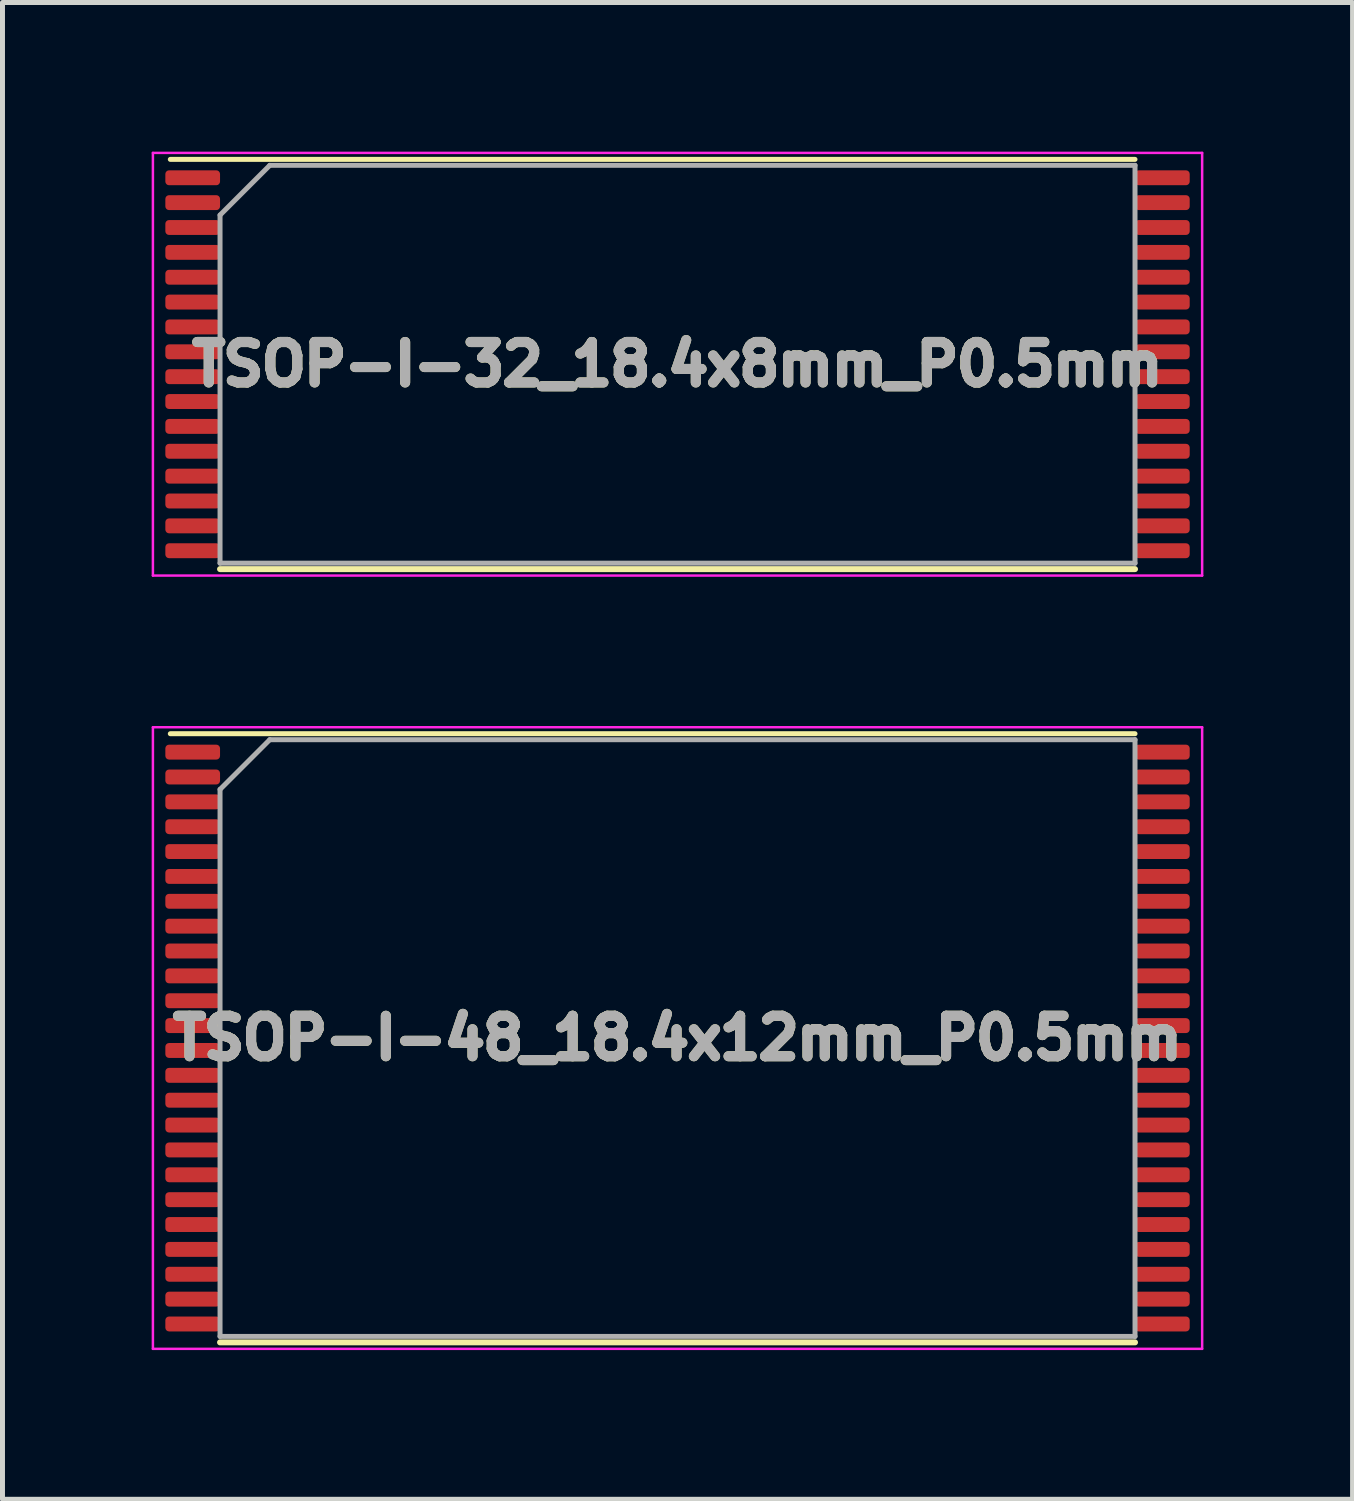
<source format=kicad_pcb>
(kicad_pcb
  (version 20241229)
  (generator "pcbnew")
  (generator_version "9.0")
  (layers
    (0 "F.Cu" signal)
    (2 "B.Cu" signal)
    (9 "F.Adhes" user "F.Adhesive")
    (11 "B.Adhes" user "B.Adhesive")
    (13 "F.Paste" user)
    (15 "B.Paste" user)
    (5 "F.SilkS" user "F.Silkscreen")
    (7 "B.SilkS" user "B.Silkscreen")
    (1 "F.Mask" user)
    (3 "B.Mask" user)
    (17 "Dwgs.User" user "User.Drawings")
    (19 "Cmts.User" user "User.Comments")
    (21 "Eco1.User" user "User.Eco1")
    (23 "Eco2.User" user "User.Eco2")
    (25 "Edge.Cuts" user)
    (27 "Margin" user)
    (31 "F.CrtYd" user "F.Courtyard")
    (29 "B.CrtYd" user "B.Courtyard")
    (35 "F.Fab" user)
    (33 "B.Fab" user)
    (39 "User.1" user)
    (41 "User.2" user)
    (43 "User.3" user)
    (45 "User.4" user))
  (footprint "TSOP-I-32_18.4x8mm_P0.5mm"
    (layer "F.Cu")
    (at 10.575 4.275)
    (property "Reference" "TSOP-I-32_18.4x8mm_P0.5mm" (at 0 0 0) (layer "F.Fab") (effects (font (size 0.813 0.813) (thickness 0.203))))
    (attr smd)
    (fp_line (start -9.2 4.12) (end 9.2 4.12) (stroke (width 0.12) (type solid)) (layer "F.SilkS"))
    (fp_line (start 9.2 -4.12) (end -10.2 -4.12) (stroke (width 0.1) (type solid)) (layer "F.SilkS"))
    (fp_line (start -10.55 -4.25) (end 10.55 -4.25) (stroke (width 0.05) (type solid)) (layer "F.CrtYd"))
    (fp_line (start -10.55 4.25) (end -10.55 -4.25) (stroke (width 0.05) (type solid)) (layer "F.CrtYd"))
    (fp_line (start 10.55 -4.25) (end 10.55 4.25) (stroke (width 0.05) (type solid)) (layer "F.CrtYd"))
    (fp_line (start 10.55 4.25) (end -10.55 4.25) (stroke (width 0.05) (type solid)) (layer "F.CrtYd"))
    (fp_line (start -9.2 4) (end -9.2 -3) (stroke (width 0.1) (type solid)) (layer "F.Fab"))
    (fp_line (start -8.2 -4) (end -9.2 -3) (stroke (width 0.1) (type solid)) (layer "F.Fab"))
    (fp_line (start -8.2 -4) (end 9.2 -4) (stroke (width 0.1) (type solid)) (layer "F.Fab"))
    (fp_line (start 9.2 -4) (end 9.2 4) (stroke (width 0.1) (type solid)) (layer "F.Fab"))
    (fp_line (start 9.2 4) (end -9.2 4) (stroke (width 0.1) (type solid)) (layer "F.Fab"))
    (fp_text user "${REFERENCE}" (at 0 0 0) (layer "F.SilkS") (effects (font (size 0.813 0.813) (thickness 0.203))))
    (pad "1" smd roundrect (at -9.75 -3.75) (size 1.1 0.3) (layers "F.Cu" "F.Mask" "F.Paste") (roundrect_rratio 0.25))
    (pad "2" smd roundrect (at -9.75 -3.25) (size 1.1 0.3) (layers "F.Cu" "F.Mask" "F.Paste") (roundrect_rratio 0.25))
    (pad "3" smd roundrect (at -9.75 -2.75) (size 1.1 0.3) (layers "F.Cu" "F.Mask" "F.Paste") (roundrect_rratio 0.25))
    (pad "4" smd roundrect (at -9.75 -2.25) (size 1.1 0.3) (layers "F.Cu" "F.Mask" "F.Paste") (roundrect_rratio 0.25))
    (pad "5" smd roundrect (at -9.75 -1.75) (size 1.1 0.3) (layers "F.Cu" "F.Mask" "F.Paste") (roundrect_rratio 0.25))
    (pad "6" smd roundrect (at -9.75 -1.25) (size 1.1 0.3) (layers "F.Cu" "F.Mask" "F.Paste") (roundrect_rratio 0.25))
    (pad "7" smd roundrect (at -9.75 -0.75) (size 1.1 0.3) (layers "F.Cu" "F.Mask" "F.Paste") (roundrect_rratio 0.25))
    (pad "8" smd roundrect (at -9.75 -0.25) (size 1.1 0.3) (layers "F.Cu" "F.Mask" "F.Paste") (roundrect_rratio 0.25))
    (pad "9" smd roundrect (at -9.75 0.25) (size 1.1 0.3) (layers "F.Cu" "F.Mask" "F.Paste") (roundrect_rratio 0.25))
    (pad "10" smd roundrect (at -9.75 0.75) (size 1.1 0.3) (layers "F.Cu" "F.Mask" "F.Paste") (roundrect_rratio 0.25))
    (pad "11" smd roundrect (at -9.75 1.25) (size 1.1 0.3) (layers "F.Cu" "F.Mask" "F.Paste") (roundrect_rratio 0.25))
    (pad "12" smd roundrect (at -9.75 1.75) (size 1.1 0.3) (layers "F.Cu" "F.Mask" "F.Paste") (roundrect_rratio 0.25))
    (pad "13" smd roundrect (at -9.75 2.25) (size 1.1 0.3) (layers "F.Cu" "F.Mask" "F.Paste") (roundrect_rratio 0.25))
    (pad "14" smd roundrect (at -9.75 2.75) (size 1.1 0.3) (layers "F.Cu" "F.Mask" "F.Paste") (roundrect_rratio 0.25))
    (pad "15" smd roundrect (at -9.75 3.25) (size 1.1 0.3) (layers "F.Cu" "F.Mask" "F.Paste") (roundrect_rratio 0.25))
    (pad "16" smd roundrect (at -9.75 3.75) (size 1.1 0.3) (layers "F.Cu" "F.Mask" "F.Paste") (roundrect_rratio 0.25))
    (pad "17" smd roundrect (at 9.75 3.75) (size 1.1 0.3) (layers "F.Cu" "F.Mask" "F.Paste") (roundrect_rratio 0.25))
    (pad "18" smd roundrect (at 9.75 3.25) (size 1.1 0.3) (layers "F.Cu" "F.Mask" "F.Paste") (roundrect_rratio 0.25))
    (pad "19" smd roundrect (at 9.75 2.75) (size 1.1 0.3) (layers "F.Cu" "F.Mask" "F.Paste") (roundrect_rratio 0.25))
    (pad "20" smd roundrect (at 9.75 2.25) (size 1.1 0.3) (layers "F.Cu" "F.Mask" "F.Paste") (roundrect_rratio 0.25))
    (pad "21" smd roundrect (at 9.75 1.75) (size 1.1 0.3) (layers "F.Cu" "F.Mask" "F.Paste") (roundrect_rratio 0.25))
    (pad "22" smd roundrect (at 9.75 1.25) (size 1.1 0.3) (layers "F.Cu" "F.Mask" "F.Paste") (roundrect_rratio 0.25))
    (pad "23" smd roundrect (at 9.75 0.75) (size 1.1 0.3) (layers "F.Cu" "F.Mask" "F.Paste") (roundrect_rratio 0.25))
    (pad "24" smd roundrect (at 9.75 0.25) (size 1.1 0.3) (layers "F.Cu" "F.Mask" "F.Paste") (roundrect_rratio 0.25))
    (pad "25" smd roundrect (at 9.75 -0.25) (size 1.1 0.3) (layers "F.Cu" "F.Mask" "F.Paste") (roundrect_rratio 0.25))
    (pad "26" smd roundrect (at 9.75 -0.75) (size 1.1 0.3) (layers "F.Cu" "F.Mask" "F.Paste") (roundrect_rratio 0.25))
    (pad "27" smd roundrect (at 9.75 -1.25) (size 1.1 0.3) (layers "F.Cu" "F.Mask" "F.Paste") (roundrect_rratio 0.25))
    (pad "28" smd roundrect (at 9.75 -1.75) (size 1.1 0.3) (layers "F.Cu" "F.Mask" "F.Paste") (roundrect_rratio 0.25))
    (pad "29" smd roundrect (at 9.75 -2.25) (size 1.1 0.3) (layers "F.Cu" "F.Mask" "F.Paste") (roundrect_rratio 0.25))
    (pad "30" smd roundrect (at 9.75 -2.75) (size 1.1 0.3) (layers "F.Cu" "F.Mask" "F.Paste") (roundrect_rratio 0.25))
    (pad "31" smd roundrect (at 9.75 -3.25) (size 1.1 0.3) (layers "F.Cu" "F.Mask" "F.Paste") (roundrect_rratio 0.25))
    (pad "32" smd roundrect (at 9.75 -3.75) (size 1.1 0.3) (layers "F.Cu" "F.Mask" "F.Paste") (roundrect_rratio 0.25)))
  (footprint "TSOP-I-48_18.4x12mm_P0.5mm"
    (layer "F.Cu")
    (at 10.575 17.825)
    (property "Reference" "TSOP-I-48_18.4x12mm_P0.5mm" (at 0 0 0) (layer "F.Fab") (effects (font (size 0.813 0.813) (thickness 0.203))))
    (attr smd)
    (fp_line (start -9.2 6.12) (end 9.2 6.12) (stroke (width 0.12) (type solid)) (layer "F.SilkS"))
    (fp_line (start 9.2 -6.12) (end -10.2 -6.12) (stroke (width 0.1) (type solid)) (layer "F.SilkS"))
    (fp_line (start -10.55 -6.25) (end 10.55 -6.25) (stroke (width 0.05) (type solid)) (layer "F.CrtYd"))
    (fp_line (start -10.55 6.25) (end -10.55 -6.25) (stroke (width 0.05) (type solid)) (layer "F.CrtYd"))
    (fp_line (start 10.55 -6.25) (end 10.55 6.25) (stroke (width 0.05) (type solid)) (layer "F.CrtYd"))
    (fp_line (start 10.55 6.25) (end -10.55 6.25) (stroke (width 0.05) (type solid)) (layer "F.CrtYd"))
    (fp_line (start -9.2 6) (end -9.2 -5) (stroke (width 0.1) (type solid)) (layer "F.Fab"))
    (fp_line (start -8.2 -6) (end -9.2 -5) (stroke (width 0.1) (type solid)) (layer "F.Fab"))
    (fp_line (start -8.2 -6) (end 9.2 -6) (stroke (width 0.1) (type solid)) (layer "F.Fab"))
    (fp_line (start 9.2 -6) (end 9.2 6) (stroke (width 0.1) (type solid)) (layer "F.Fab"))
    (fp_line (start 9.2 6) (end -9.2 6) (stroke (width 0.1) (type solid)) (layer "F.Fab"))
    (fp_text user "${REFERENCE}" (at 0 0 0) (layer "F.SilkS") (effects (font (size 0.813 0.813) (thickness 0.203))))
    (pad "1" smd roundrect (at -9.75 -5.75) (size 1.1 0.3) (layers "F.Cu" "F.Mask" "F.Paste") (roundrect_rratio 0.25))
    (pad "2" smd roundrect (at -9.75 -5.25) (size 1.1 0.3) (layers "F.Cu" "F.Mask" "F.Paste") (roundrect_rratio 0.25))
    (pad "3" smd roundrect (at -9.75 -4.75) (size 1.1 0.3) (layers "F.Cu" "F.Mask" "F.Paste") (roundrect_rratio 0.25))
    (pad "4" smd roundrect (at -9.75 -4.25) (size 1.1 0.3) (layers "F.Cu" "F.Mask" "F.Paste") (roundrect_rratio 0.25))
    (pad "5" smd roundrect (at -9.75 -3.75) (size 1.1 0.3) (layers "F.Cu" "F.Mask" "F.Paste") (roundrect_rratio 0.25))
    (pad "6" smd roundrect (at -9.75 -3.25) (size 1.1 0.3) (layers "F.Cu" "F.Mask" "F.Paste") (roundrect_rratio 0.25))
    (pad "7" smd roundrect (at -9.75 -2.75) (size 1.1 0.3) (layers "F.Cu" "F.Mask" "F.Paste") (roundrect_rratio 0.25))
    (pad "8" smd roundrect (at -9.75 -2.25) (size 1.1 0.3) (layers "F.Cu" "F.Mask" "F.Paste") (roundrect_rratio 0.25))
    (pad "9" smd roundrect (at -9.75 -1.75) (size 1.1 0.3) (layers "F.Cu" "F.Mask" "F.Paste") (roundrect_rratio 0.25))
    (pad "10" smd roundrect (at -9.75 -1.25) (size 1.1 0.3) (layers "F.Cu" "F.Mask" "F.Paste") (roundrect_rratio 0.25))
    (pad "11" smd roundrect (at -9.75 -0.75) (size 1.1 0.3) (layers "F.Cu" "F.Mask" "F.Paste") (roundrect_rratio 0.25))
    (pad "12" smd roundrect (at -9.75 -0.25) (size 1.1 0.3) (layers "F.Cu" "F.Mask" "F.Paste") (roundrect_rratio 0.25))
    (pad "13" smd roundrect (at -9.75 0.25) (size 1.1 0.3) (layers "F.Cu" "F.Mask" "F.Paste") (roundrect_rratio 0.25))
    (pad "14" smd roundrect (at -9.75 0.75) (size 1.1 0.3) (layers "F.Cu" "F.Mask" "F.Paste") (roundrect_rratio 0.25))
    (pad "15" smd roundrect (at -9.75 1.25) (size 1.1 0.3) (layers "F.Cu" "F.Mask" "F.Paste") (roundrect_rratio 0.25))
    (pad "16" smd roundrect (at -9.75 1.75) (size 1.1 0.3) (layers "F.Cu" "F.Mask" "F.Paste") (roundrect_rratio 0.25))
    (pad "17" smd roundrect (at -9.75 2.25) (size 1.1 0.3) (layers "F.Cu" "F.Mask" "F.Paste") (roundrect_rratio 0.25))
    (pad "18" smd roundrect (at -9.75 2.75) (size 1.1 0.3) (layers "F.Cu" "F.Mask" "F.Paste") (roundrect_rratio 0.25))
    (pad "19" smd roundrect (at -9.75 3.25) (size 1.1 0.3) (layers "F.Cu" "F.Mask" "F.Paste") (roundrect_rratio 0.25))
    (pad "20" smd roundrect (at -9.75 3.75) (size 1.1 0.3) (layers "F.Cu" "F.Mask" "F.Paste") (roundrect_rratio 0.25))
    (pad "21" smd roundrect (at -9.75 4.25) (size 1.1 0.3) (layers "F.Cu" "F.Mask" "F.Paste") (roundrect_rratio 0.25))
    (pad "22" smd roundrect (at -9.75 4.75) (size 1.1 0.3) (layers "F.Cu" "F.Mask" "F.Paste") (roundrect_rratio 0.25))
    (pad "23" smd roundrect (at -9.75 5.25) (size 1.1 0.3) (layers "F.Cu" "F.Mask" "F.Paste") (roundrect_rratio 0.25))
    (pad "24" smd roundrect (at -9.75 5.75) (size 1.1 0.3) (layers "F.Cu" "F.Mask" "F.Paste") (roundrect_rratio 0.25))
    (pad "25" smd roundrect (at 9.75 5.75) (size 1.1 0.3) (layers "F.Cu" "F.Mask" "F.Paste") (roundrect_rratio 0.25))
    (pad "26" smd roundrect (at 9.75 5.25) (size 1.1 0.3) (layers "F.Cu" "F.Mask" "F.Paste") (roundrect_rratio 0.25))
    (pad "27" smd roundrect (at 9.75 4.75) (size 1.1 0.3) (layers "F.Cu" "F.Mask" "F.Paste") (roundrect_rratio 0.25))
    (pad "28" smd roundrect (at 9.75 4.25) (size 1.1 0.3) (layers "F.Cu" "F.Mask" "F.Paste") (roundrect_rratio 0.25))
    (pad "29" smd roundrect (at 9.75 3.75) (size 1.1 0.3) (layers "F.Cu" "F.Mask" "F.Paste") (roundrect_rratio 0.25))
    (pad "30" smd roundrect (at 9.75 3.25) (size 1.1 0.3) (layers "F.Cu" "F.Mask" "F.Paste") (roundrect_rratio 0.25))
    (pad "31" smd roundrect (at 9.75 2.75) (size 1.1 0.3) (layers "F.Cu" "F.Mask" "F.Paste") (roundrect_rratio 0.25))
    (pad "32" smd roundrect (at 9.75 2.25) (size 1.1 0.3) (layers "F.Cu" "F.Mask" "F.Paste") (roundrect_rratio 0.25))
    (pad "33" smd roundrect (at 9.75 1.75) (size 1.1 0.3) (layers "F.Cu" "F.Mask" "F.Paste") (roundrect_rratio 0.25))
    (pad "34" smd roundrect (at 9.75 1.25) (size 1.1 0.3) (layers "F.Cu" "F.Mask" "F.Paste") (roundrect_rratio 0.25))
    (pad "35" smd roundrect (at 9.75 0.75) (size 1.1 0.3) (layers "F.Cu" "F.Mask" "F.Paste") (roundrect_rratio 0.25))
    (pad "36" smd roundrect (at 9.75 0.25) (size 1.1 0.3) (layers "F.Cu" "F.Mask" "F.Paste") (roundrect_rratio 0.25))
    (pad "37" smd roundrect (at 9.75 -0.25) (size 1.1 0.3) (layers "F.Cu" "F.Mask" "F.Paste") (roundrect_rratio 0.25))
    (pad "38" smd roundrect (at 9.75 -0.75) (size 1.1 0.3) (layers "F.Cu" "F.Mask" "F.Paste") (roundrect_rratio 0.25))
    (pad "39" smd roundrect (at 9.75 -1.25) (size 1.1 0.3) (layers "F.Cu" "F.Mask" "F.Paste") (roundrect_rratio 0.25))
    (pad "40" smd roundrect (at 9.75 -1.75) (size 1.1 0.3) (layers "F.Cu" "F.Mask" "F.Paste") (roundrect_rratio 0.25))
    (pad "41" smd roundrect (at 9.75 -2.25) (size 1.1 0.3) (layers "F.Cu" "F.Mask" "F.Paste") (roundrect_rratio 0.25))
    (pad "42" smd roundrect (at 9.75 -2.75) (size 1.1 0.3) (layers "F.Cu" "F.Mask" "F.Paste") (roundrect_rratio 0.25))
    (pad "43" smd roundrect (at 9.75 -3.25) (size 1.1 0.3) (layers "F.Cu" "F.Mask" "F.Paste") (roundrect_rratio 0.25))
    (pad "44" smd roundrect (at 9.75 -3.75) (size 1.1 0.3) (layers "F.Cu" "F.Mask" "F.Paste") (roundrect_rratio 0.25))
    (pad "45" smd roundrect (at 9.75 -4.25) (size 1.1 0.3) (layers "F.Cu" "F.Mask" "F.Paste") (roundrect_rratio 0.25))
    (pad "46" smd roundrect (at 9.75 -4.75) (size 1.1 0.3) (layers "F.Cu" "F.Mask" "F.Paste") (roundrect_rratio 0.25))
    (pad "47" smd roundrect (at 9.75 -5.25) (size 1.1 0.3) (layers "F.Cu" "F.Mask" "F.Paste") (roundrect_rratio 0.25))
    (pad "48" smd roundrect (at 9.75 -5.75) (size 1.1 0.3) (layers "F.Cu" "F.Mask" "F.Paste") (roundrect_rratio 0.25)))
  (gr_rect
    (start -3 -3)
    (end 24.15 27.1)
    (stroke (width 0.1) (type default))
    (fill no)
    (layer "Edge.Cuts")))
</source>
